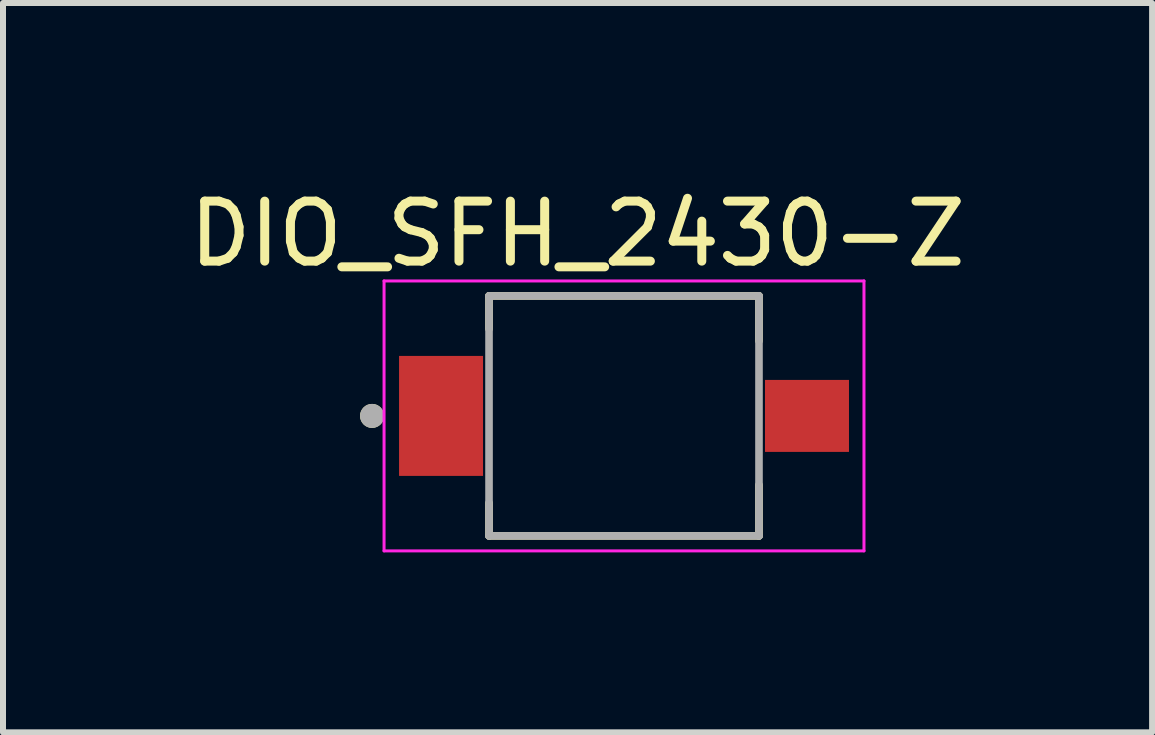
<source format=kicad_pcb>
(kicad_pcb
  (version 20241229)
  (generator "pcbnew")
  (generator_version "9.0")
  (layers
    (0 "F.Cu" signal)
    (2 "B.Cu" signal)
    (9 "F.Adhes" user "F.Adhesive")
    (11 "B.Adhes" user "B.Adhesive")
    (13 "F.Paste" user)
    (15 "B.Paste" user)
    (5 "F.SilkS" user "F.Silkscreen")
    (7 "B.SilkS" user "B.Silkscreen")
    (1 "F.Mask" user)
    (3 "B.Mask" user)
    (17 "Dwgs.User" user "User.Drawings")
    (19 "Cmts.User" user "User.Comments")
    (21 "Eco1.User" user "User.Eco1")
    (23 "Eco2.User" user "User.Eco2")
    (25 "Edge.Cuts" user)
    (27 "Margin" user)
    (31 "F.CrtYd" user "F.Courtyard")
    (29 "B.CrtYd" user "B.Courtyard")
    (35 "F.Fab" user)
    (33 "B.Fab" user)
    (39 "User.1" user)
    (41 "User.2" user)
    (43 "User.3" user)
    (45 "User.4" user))
  (footprint "DIO_SFH_2430-Z"
    (layer "F.Cu")
    (at 7.352 3.883)
    (property "Reference" "DIO_SFH_2430-Z" (at -0.775 -3.035 0) (layer "F.SilkS") (effects (font (size 1 1) (thickness 0.15))))
    (attr through_hole)
    (fp_poly (pts (xy -3.8 -1.05) (xy -2.3 -1.05) (xy -2.3 1.05) (xy -3.8 1.05)) (stroke (width 0.01) (type solid)) (fill yes) (layer "F.Mask"))
    (fp_poly (pts (xy 2.3 -0.65) (xy 3.8 -0.65) (xy 3.8 0.65) (xy 2.3 0.65)) (stroke (width 0.01) (type solid)) (fill yes) (layer "F.Mask"))
    (fp_line (start -2.25 -2) (end -2.25 -1.45) (stroke (width 0.127) (type solid)) (layer "F.SilkS"))
    (fp_line (start -2.25 2) (end -2.25 1.45) (stroke (width 0.127) (type solid)) (layer "F.SilkS"))
    (fp_line (start 2.25 -2) (end -2.25 -2) (stroke (width 0.127) (type solid)) (layer "F.SilkS"))
    (fp_line (start 2.25 -1.25) (end 2.25 -2) (stroke (width 0.127) (type solid)) (layer "F.SilkS"))
    (fp_line (start 2.25 1.15) (end 2.25 2) (stroke (width 0.127) (type solid)) (layer "F.SilkS"))
    (fp_line (start 2.25 2) (end -2.25 2) (stroke (width 0.127) (type solid)) (layer "F.SilkS"))
    (fp_circle (center -4.2 0) (end -4.1 0) (stroke (width 0.2) (type solid)) (fill no) (layer "F.SilkS"))
    (fp_poly (pts (xy -3.7 -0.95) (xy -2.4 -0.95) (xy -2.4 0.95) (xy -3.7 0.95)) (stroke (width 0.01) (type solid)) (fill yes) (layer "F.Paste"))
    (fp_poly (pts (xy 2.4 -0.55) (xy 3.7 -0.55) (xy 3.7 0.55) (xy 2.4 0.55)) (stroke (width 0.01) (type solid)) (fill yes) (layer "F.Paste"))
    (fp_line (start -4 -2.25) (end 4 -2.25) (stroke (width 0.05) (type solid)) (layer "F.CrtYd"))
    (fp_line (start -4 2.25) (end -4 -2.25) (stroke (width 0.05) (type solid)) (layer "F.CrtYd"))
    (fp_line (start 4 -2.25) (end 4 2.25) (stroke (width 0.05) (type solid)) (layer "F.CrtYd"))
    (fp_line (start 4 2.25) (end -4 2.25) (stroke (width 0.05) (type solid)) (layer "F.CrtYd"))
    (fp_line (start -2.25 -2) (end 2.25 -2) (stroke (width 0.127) (type solid)) (layer "F.Fab"))
    (fp_line (start -2.25 2) (end -2.25 -2) (stroke (width 0.127) (type solid)) (layer "F.Fab"))
    (fp_line (start 2.25 -2) (end 2.25 2) (stroke (width 0.127) (type solid)) (layer "F.Fab"))
    (fp_line (start 2.25 2) (end -2.25 2) (stroke (width 0.127) (type solid)) (layer "F.Fab"))
    (fp_circle (center -4.2 0) (end -4.1 0) (stroke (width 0.2) (type solid)) (fill no) (layer "F.Fab"))
    (pad "A" smd rect (at 3.05 0 180) (size 1.4 1.2) (layers "F.Cu"))
    (pad "C" smd rect (at -3.05 0 180) (size 1.4 2) (layers "F.Cu")))
  (gr_rect
    (start -3 -3)
    (end 16.155 9.158)
    (stroke (width 0.1) (type default))
    (fill no)
    (layer "Edge.Cuts")))
</source>
